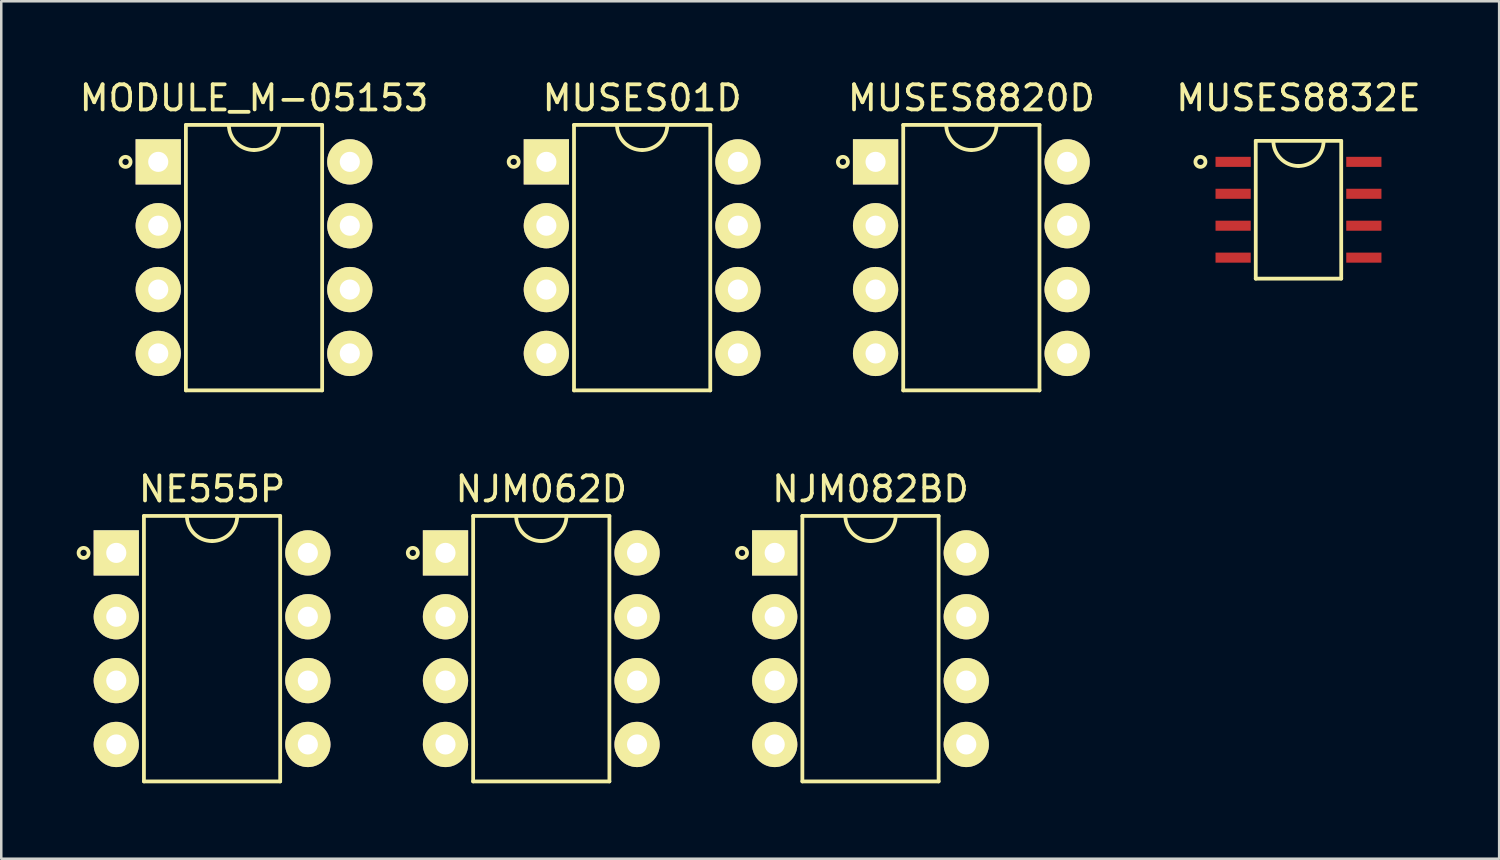
<source format=kicad_pcb>
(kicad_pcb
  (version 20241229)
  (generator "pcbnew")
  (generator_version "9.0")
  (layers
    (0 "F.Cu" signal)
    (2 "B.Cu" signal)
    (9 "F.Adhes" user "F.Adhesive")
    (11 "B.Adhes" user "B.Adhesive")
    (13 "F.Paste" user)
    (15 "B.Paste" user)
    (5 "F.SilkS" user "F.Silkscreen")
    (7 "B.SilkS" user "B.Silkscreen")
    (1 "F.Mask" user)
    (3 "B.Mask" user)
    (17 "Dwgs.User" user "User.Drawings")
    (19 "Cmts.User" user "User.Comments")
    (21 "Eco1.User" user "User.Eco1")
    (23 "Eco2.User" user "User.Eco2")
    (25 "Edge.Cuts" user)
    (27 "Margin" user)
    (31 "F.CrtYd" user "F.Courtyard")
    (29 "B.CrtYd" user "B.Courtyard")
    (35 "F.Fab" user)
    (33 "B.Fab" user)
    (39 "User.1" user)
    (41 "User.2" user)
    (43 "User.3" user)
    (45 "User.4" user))
  (footprint "MUSES8820D"
    (layer "F.Cu")
    (at 31.777 3.388)
    (property "Reference" "MUSES8820D" (at 3.81 -2.54 0) (layer "F.SilkS") (effects (font (size 1 1) (thickness 0.15))))
    (attr through_hole)
    (fp_line (start 1.1 -1.47) (end 6.52 -1.47) (stroke (width 0.15) (type solid)) (layer "F.SilkS"))
    (fp_line (start 1.1 9.09) (end 1.1 -1.47) (stroke (width 0.15) (type solid)) (layer "F.SilkS"))
    (fp_line (start 6.52 -1.47) (end 6.52 9.09) (stroke (width 0.15) (type solid)) (layer "F.SilkS"))
    (fp_line (start 6.52 9.09) (end 1.1 9.09) (stroke (width 0.15) (type solid)) (layer "F.SilkS"))
    (fp_arc (start 3.81 -0.47) (mid 3.102893 -0.762893) (end 2.81 -1.47) (stroke (width 0.15) (type solid)) (layer "F.SilkS"))
    (fp_arc (start 4.81 -1.47) (mid 4.517107 -0.762893) (end 3.81 -0.47) (stroke (width 0.15) (type solid)) (layer "F.SilkS"))
    (fp_circle (center -1.3 0) (end -1.3 0.2) (stroke (width 0.15) (type solid)) (fill no) (layer "F.SilkS"))
    (pad "1" thru_hole rect (at 0 0) (size 1.8 1.8) (drill 0.8) (layers "*.Cu" "*.Mask" "F.SilkS"))
    (pad "2" thru_hole circle (at 0 2.54) (size 1.8 1.8) (drill 0.8) (layers "*.Cu" "*.Mask" "F.SilkS"))
    (pad "3" thru_hole circle (at 0 5.08) (size 1.8 1.8) (drill 0.8) (layers "*.Cu" "*.Mask" "F.SilkS"))
    (pad "4" thru_hole circle (at 0 7.62) (size 1.8 1.8) (drill 0.8) (layers "*.Cu" "*.Mask" "F.SilkS"))
    (pad "5" thru_hole circle (at 7.62 7.62) (size 1.8 1.8) (drill 0.8) (layers "*.Cu" "*.Mask" "F.SilkS"))
    (pad "6" thru_hole circle (at 7.62 5.08) (size 1.8 1.8) (drill 0.8) (layers "*.Cu" "*.Mask" "F.SilkS"))
    (pad "7" thru_hole circle (at 7.62 2.54) (size 1.8 1.8) (drill 0.8) (layers "*.Cu" "*.Mask" "F.SilkS"))
    (pad "8" thru_hole circle (at 7.62 0) (size 1.8 1.8) (drill 0.8) (layers "*.Cu" "*.Mask" "F.SilkS")))
  (footprint "MUSES8832E"
    (layer "F.Cu")
    (at 45.999 3.388)
    (property "Reference" "MUSES8832E" (at 2.6 -2.54 0) (layer "F.SilkS") (effects (font (size 1 1) (thickness 0.15))))
    (attr through_hole)
    (fp_line (start 0.9 -0.835) (end 4.3 -0.835) (stroke (width 0.15) (type solid)) (layer "F.SilkS"))
    (fp_line (start 0.9 4.645) (end 0.9 -0.835) (stroke (width 0.15) (type solid)) (layer "F.SilkS"))
    (fp_line (start 4.3 -0.835) (end 4.3 4.645) (stroke (width 0.15) (type solid)) (layer "F.SilkS"))
    (fp_line (start 4.3 4.645) (end 0.9 4.645) (stroke (width 0.15) (type solid)) (layer "F.SilkS"))
    (fp_arc (start 2.6 0.165) (mid 1.892893 -0.127893) (end 1.6 -0.835) (stroke (width 0.15) (type solid)) (layer "F.SilkS"))
    (fp_arc (start 3.6 -0.835) (mid 3.307107 -0.127893) (end 2.6 0.165) (stroke (width 0.15) (type solid)) (layer "F.SilkS"))
    (fp_circle (center -1.3 0) (end -1.3 0.2) (stroke (width 0.15) (type solid)) (fill no) (layer "F.SilkS"))
    (pad "1" smd rect (at 0 0) (size 1.4 0.4) (layers "F.Cu" "F.Mask" "F.Paste"))
    (pad "2" smd rect (at 0 1.27) (size 1.4 0.4) (layers "F.Cu" "F.Mask" "F.Paste"))
    (pad "3" smd rect (at 0 2.54) (size 1.4 0.4) (layers "F.Cu" "F.Mask" "F.Paste"))
    (pad "4" smd rect (at 0 3.81) (size 1.4 0.4) (layers "F.Cu" "F.Mask" "F.Paste"))
    (pad "5" smd rect (at 5.2 3.81) (size 1.4 0.4) (layers "F.Cu" "F.Mask" "F.Paste"))
    (pad "6" smd rect (at 5.2 2.54) (size 1.4 0.4) (layers "F.Cu" "F.Mask" "F.Paste"))
    (pad "7" smd rect (at 5.2 1.27) (size 1.4 0.4) (layers "F.Cu" "F.Mask" "F.Paste"))
    (pad "8" smd rect (at 5.2 0) (size 1.4 0.4) (layers "F.Cu" "F.Mask" "F.Paste")))
  (footprint "MODULE_M-05153"
    (layer "F.Cu")
    (at 3.244 3.388)
    (property "Reference" "MODULE_M-05153" (at 3.81 -2.54 0) (layer "F.SilkS") (effects (font (size 1 1) (thickness 0.15))))
    (attr through_hole)
    (fp_line (start 1.1 -1.47) (end 6.52 -1.47) (stroke (width 0.15) (type solid)) (layer "F.SilkS"))
    (fp_line (start 1.1 9.09) (end 1.1 -1.47) (stroke (width 0.15) (type solid)) (layer "F.SilkS"))
    (fp_line (start 6.52 -1.47) (end 6.52 9.09) (stroke (width 0.15) (type solid)) (layer "F.SilkS"))
    (fp_line (start 6.52 9.09) (end 1.1 9.09) (stroke (width 0.15) (type solid)) (layer "F.SilkS"))
    (fp_arc (start 3.81 -0.47) (mid 3.102893 -0.762893) (end 2.81 -1.47) (stroke (width 0.15) (type solid)) (layer "F.SilkS"))
    (fp_arc (start 4.81 -1.47) (mid 4.517107 -0.762893) (end 3.81 -0.47) (stroke (width 0.15) (type solid)) (layer "F.SilkS"))
    (fp_circle (center -1.3 0) (end -1.3 0.2) (stroke (width 0.15) (type solid)) (fill no) (layer "F.SilkS"))
    (pad "1" thru_hole rect (at 0 0) (size 1.8 1.8) (drill 0.8) (layers "*.Cu" "*.Mask" "F.SilkS"))
    (pad "2" thru_hole circle (at 0 2.54) (size 1.8 1.8) (drill 0.8) (layers "*.Cu" "*.Mask" "F.SilkS"))
    (pad "3" thru_hole circle (at 0 5.08) (size 1.8 1.8) (drill 0.8) (layers "*.Cu" "*.Mask" "F.SilkS"))
    (pad "4" thru_hole circle (at 0 7.62) (size 1.8 1.8) (drill 0.8) (layers "*.Cu" "*.Mask" "F.SilkS"))
    (pad "5" thru_hole circle (at 7.62 7.62) (size 1.8 1.8) (drill 0.8) (layers "*.Cu" "*.Mask" "F.SilkS"))
    (pad "6" thru_hole circle (at 7.62 5.08) (size 1.8 1.8) (drill 0.8) (layers "*.Cu" "*.Mask" "F.SilkS"))
    (pad "7" thru_hole circle (at 7.62 2.54) (size 1.8 1.8) (drill 0.8) (layers "*.Cu" "*.Mask" "F.SilkS"))
    (pad "8" thru_hole circle (at 7.62 0) (size 1.8 1.8) (drill 0.8) (layers "*.Cu" "*.Mask" "F.SilkS")))
  (footprint "NJM082BD"
    (layer "F.Cu")
    (at 27.765 18.942)
    (property "Reference" "NJM082BD" (at 3.81 -2.54 0) (layer "F.SilkS") (effects (font (size 1 1) (thickness 0.15))))
    (attr through_hole)
    (fp_line (start 1.1 -1.47) (end 6.52 -1.47) (stroke (width 0.15) (type solid)) (layer "F.SilkS"))
    (fp_line (start 1.1 9.09) (end 1.1 -1.47) (stroke (width 0.15) (type solid)) (layer "F.SilkS"))
    (fp_line (start 6.52 -1.47) (end 6.52 9.09) (stroke (width 0.15) (type solid)) (layer "F.SilkS"))
    (fp_line (start 6.52 9.09) (end 1.1 9.09) (stroke (width 0.15) (type solid)) (layer "F.SilkS"))
    (fp_arc (start 3.81 -0.47) (mid 3.102893 -0.762893) (end 2.81 -1.47) (stroke (width 0.15) (type solid)) (layer "F.SilkS"))
    (fp_arc (start 4.81 -1.47) (mid 4.517107 -0.762893) (end 3.81 -0.47) (stroke (width 0.15) (type solid)) (layer "F.SilkS"))
    (fp_circle (center -1.3 0) (end -1.3 0.2) (stroke (width 0.15) (type solid)) (fill no) (layer "F.SilkS"))
    (pad "1" thru_hole rect (at 0 0) (size 1.8 1.8) (drill 0.8) (layers "*.Cu" "*.Mask" "F.SilkS"))
    (pad "2" thru_hole circle (at 0 2.54) (size 1.8 1.8) (drill 0.8) (layers "*.Cu" "*.Mask" "F.SilkS"))
    (pad "3" thru_hole circle (at 0 5.08) (size 1.8 1.8) (drill 0.8) (layers "*.Cu" "*.Mask" "F.SilkS"))
    (pad "4" thru_hole circle (at 0 7.62) (size 1.8 1.8) (drill 0.8) (layers "*.Cu" "*.Mask" "F.SilkS"))
    (pad "5" thru_hole circle (at 7.62 7.62) (size 1.8 1.8) (drill 0.8) (layers "*.Cu" "*.Mask" "F.SilkS"))
    (pad "6" thru_hole circle (at 7.62 5.08) (size 1.8 1.8) (drill 0.8) (layers "*.Cu" "*.Mask" "F.SilkS"))
    (pad "7" thru_hole circle (at 7.62 2.54) (size 1.8 1.8) (drill 0.8) (layers "*.Cu" "*.Mask" "F.SilkS"))
    (pad "8" thru_hole circle (at 7.62 0) (size 1.8 1.8) (drill 0.8) (layers "*.Cu" "*.Mask" "F.SilkS")))
  (footprint "NE555P"
    (layer "F.Cu")
    (at 1.575 18.942)
    (property "Reference" "NE555P" (at 3.81 -2.54 0) (layer "F.SilkS") (effects (font (size 1 1) (thickness 0.15))))
    (attr through_hole)
    (fp_line (start 1.1 -1.47) (end 6.52 -1.47) (stroke (width 0.15) (type solid)) (layer "F.SilkS"))
    (fp_line (start 1.1 9.09) (end 1.1 -1.47) (stroke (width 0.15) (type solid)) (layer "F.SilkS"))
    (fp_line (start 6.52 -1.47) (end 6.52 9.09) (stroke (width 0.15) (type solid)) (layer "F.SilkS"))
    (fp_line (start 6.52 9.09) (end 1.1 9.09) (stroke (width 0.15) (type solid)) (layer "F.SilkS"))
    (fp_arc (start 3.81 -0.47) (mid 3.102893 -0.762893) (end 2.81 -1.47) (stroke (width 0.15) (type solid)) (layer "F.SilkS"))
    (fp_arc (start 4.81 -1.47) (mid 4.517107 -0.762893) (end 3.81 -0.47) (stroke (width 0.15) (type solid)) (layer "F.SilkS"))
    (fp_circle (center -1.3 0) (end -1.3 0.2) (stroke (width 0.15) (type solid)) (fill no) (layer "F.SilkS"))
    (pad "1" thru_hole rect (at 0 0) (size 1.8 1.8) (drill 0.8) (layers "*.Cu" "*.Mask" "F.SilkS"))
    (pad "2" thru_hole circle (at 0 2.54) (size 1.8 1.8) (drill 0.8) (layers "*.Cu" "*.Mask" "F.SilkS"))
    (pad "3" thru_hole circle (at 0 5.08) (size 1.8 1.8) (drill 0.8) (layers "*.Cu" "*.Mask" "F.SilkS"))
    (pad "4" thru_hole circle (at 0 7.62) (size 1.8 1.8) (drill 0.8) (layers "*.Cu" "*.Mask" "F.SilkS"))
    (pad "5" thru_hole circle (at 7.62 7.62) (size 1.8 1.8) (drill 0.8) (layers "*.Cu" "*.Mask" "F.SilkS"))
    (pad "6" thru_hole circle (at 7.62 5.08) (size 1.8 1.8) (drill 0.8) (layers "*.Cu" "*.Mask" "F.SilkS"))
    (pad "7" thru_hole circle (at 7.62 2.54) (size 1.8 1.8) (drill 0.8) (layers "*.Cu" "*.Mask" "F.SilkS"))
    (pad "8" thru_hole circle (at 7.62 0) (size 1.8 1.8) (drill 0.8) (layers "*.Cu" "*.Mask" "F.SilkS")))
  (footprint "NJM062D"
    (layer "F.Cu")
    (at 14.67 18.942)
    (property "Reference" "NJM062D" (at 3.81 -2.54 0) (layer "F.SilkS") (effects (font (size 1 1) (thickness 0.15))))
    (attr through_hole)
    (fp_line (start 1.1 -1.47) (end 6.52 -1.47) (stroke (width 0.15) (type solid)) (layer "F.SilkS"))
    (fp_line (start 1.1 9.09) (end 1.1 -1.47) (stroke (width 0.15) (type solid)) (layer "F.SilkS"))
    (fp_line (start 6.52 -1.47) (end 6.52 9.09) (stroke (width 0.15) (type solid)) (layer "F.SilkS"))
    (fp_line (start 6.52 9.09) (end 1.1 9.09) (stroke (width 0.15) (type solid)) (layer "F.SilkS"))
    (fp_arc (start 3.81 -0.47) (mid 3.102893 -0.762893) (end 2.81 -1.47) (stroke (width 0.15) (type solid)) (layer "F.SilkS"))
    (fp_arc (start 4.81 -1.47) (mid 4.517107 -0.762893) (end 3.81 -0.47) (stroke (width 0.15) (type solid)) (layer "F.SilkS"))
    (fp_circle (center -1.3 0) (end -1.3 0.2) (stroke (width 0.15) (type solid)) (fill no) (layer "F.SilkS"))
    (pad "1" thru_hole rect (at 0 0) (size 1.8 1.8) (drill 0.8) (layers "*.Cu" "*.Mask" "F.SilkS"))
    (pad "2" thru_hole circle (at 0 2.54) (size 1.8 1.8) (drill 0.8) (layers "*.Cu" "*.Mask" "F.SilkS"))
    (pad "3" thru_hole circle (at 0 5.08) (size 1.8 1.8) (drill 0.8) (layers "*.Cu" "*.Mask" "F.SilkS"))
    (pad "4" thru_hole circle (at 0 7.62) (size 1.8 1.8) (drill 0.8) (layers "*.Cu" "*.Mask" "F.SilkS"))
    (pad "5" thru_hole circle (at 7.62 7.62) (size 1.8 1.8) (drill 0.8) (layers "*.Cu" "*.Mask" "F.SilkS"))
    (pad "6" thru_hole circle (at 7.62 5.08) (size 1.8 1.8) (drill 0.8) (layers "*.Cu" "*.Mask" "F.SilkS"))
    (pad "7" thru_hole circle (at 7.62 2.54) (size 1.8 1.8) (drill 0.8) (layers "*.Cu" "*.Mask" "F.SilkS"))
    (pad "8" thru_hole circle (at 7.62 0) (size 1.8 1.8) (drill 0.8) (layers "*.Cu" "*.Mask" "F.SilkS")))
  (footprint "MUSES01D"
    (layer "F.Cu")
    (at 18.682 3.388)
    (property "Reference" "MUSES01D" (at 3.81 -2.54 0) (layer "F.SilkS") (effects (font (size 1 1) (thickness 0.15))))
    (attr through_hole)
    (fp_line (start 1.1 -1.47) (end 6.52 -1.47) (stroke (width 0.15) (type solid)) (layer "F.SilkS"))
    (fp_line (start 1.1 9.09) (end 1.1 -1.47) (stroke (width 0.15) (type solid)) (layer "F.SilkS"))
    (fp_line (start 6.52 -1.47) (end 6.52 9.09) (stroke (width 0.15) (type solid)) (layer "F.SilkS"))
    (fp_line (start 6.52 9.09) (end 1.1 9.09) (stroke (width 0.15) (type solid)) (layer "F.SilkS"))
    (fp_arc (start 3.81 -0.47) (mid 3.102893 -0.762893) (end 2.81 -1.47) (stroke (width 0.15) (type solid)) (layer "F.SilkS"))
    (fp_arc (start 4.81 -1.47) (mid 4.517107 -0.762893) (end 3.81 -0.47) (stroke (width 0.15) (type solid)) (layer "F.SilkS"))
    (fp_circle (center -1.3 0) (end -1.3 0.2) (stroke (width 0.15) (type solid)) (fill no) (layer "F.SilkS"))
    (pad "1" thru_hole rect (at 0 0) (size 1.8 1.8) (drill 0.8) (layers "*.Cu" "*.Mask" "F.SilkS"))
    (pad "2" thru_hole circle (at 0 2.54) (size 1.8 1.8) (drill 0.8) (layers "*.Cu" "*.Mask" "F.SilkS"))
    (pad "3" thru_hole circle (at 0 5.08) (size 1.8 1.8) (drill 0.8) (layers "*.Cu" "*.Mask" "F.SilkS"))
    (pad "4" thru_hole circle (at 0 7.62) (size 1.8 1.8) (drill 0.8) (layers "*.Cu" "*.Mask" "F.SilkS"))
    (pad "5" thru_hole circle (at 7.62 7.62) (size 1.8 1.8) (drill 0.8) (layers "*.Cu" "*.Mask" "F.SilkS"))
    (pad "6" thru_hole circle (at 7.62 5.08) (size 1.8 1.8) (drill 0.8) (layers "*.Cu" "*.Mask" "F.SilkS"))
    (pad "7" thru_hole circle (at 7.62 2.54) (size 1.8 1.8) (drill 0.8) (layers "*.Cu" "*.Mask" "F.SilkS"))
    (pad "8" thru_hole circle (at 7.62 0) (size 1.8 1.8) (drill 0.8) (layers "*.Cu" "*.Mask" "F.SilkS")))
  (gr_rect
    (start -3 -3)
    (end 56.581 31.107)
    (stroke (width 0.1) (type default))
    (fill no)
    (layer "Edge.Cuts")))
</source>
